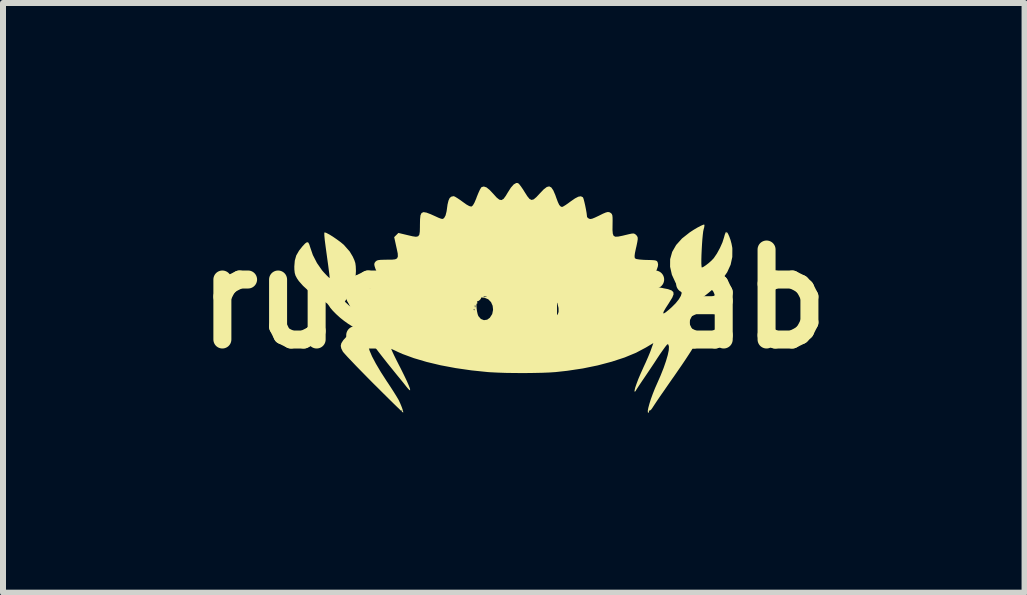
<source format=kicad_pcb>
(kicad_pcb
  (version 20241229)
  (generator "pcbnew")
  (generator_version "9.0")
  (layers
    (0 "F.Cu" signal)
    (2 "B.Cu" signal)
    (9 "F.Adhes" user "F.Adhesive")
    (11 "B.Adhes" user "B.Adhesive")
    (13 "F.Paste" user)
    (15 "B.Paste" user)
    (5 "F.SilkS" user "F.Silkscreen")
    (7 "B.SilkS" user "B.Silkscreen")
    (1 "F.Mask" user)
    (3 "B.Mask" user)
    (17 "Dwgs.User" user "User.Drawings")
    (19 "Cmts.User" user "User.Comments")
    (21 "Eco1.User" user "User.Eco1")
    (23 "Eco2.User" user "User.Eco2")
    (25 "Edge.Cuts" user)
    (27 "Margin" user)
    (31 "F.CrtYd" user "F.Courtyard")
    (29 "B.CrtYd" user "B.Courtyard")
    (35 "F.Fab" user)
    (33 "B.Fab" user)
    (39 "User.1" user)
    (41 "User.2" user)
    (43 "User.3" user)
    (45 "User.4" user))
  (footprint "rust_crab"
    (layer "F.Cu")
    (at 5.514 1.931)
    (property "Reference" "rust_crab" (at 0 0 0) (layer "F.SilkS") (effects (font (size 1.5 1.5) (thickness 0.3))))
    (attr board_only exclude_from_pos_files exclude_from_bom)
    (fp_poly (pts (xy 0.071 -1.929) (xy 0.09 -1.912) (xy 0.121 -1.872) (xy 0.158 -1.818) (xy 0.18 -1.782) (xy 0.226 -1.71) (xy 0.263 -1.665) (xy 0.297 -1.648) (xy 0.333 -1.658) (xy 0.377 -1.695) (xy 0.436 -1.758) (xy 0.438 -1.76) (xy 0.5 -1.825) (xy 0.551 -1.864) (xy 0.591 -1.874) (xy 0.626 -1.856) (xy 0.659 -1.808) (xy 0.693 -1.729) (xy 0.708 -1.686) (xy 0.735 -1.614) (xy 0.757 -1.567) (xy 0.778 -1.542) (xy 0.8 -1.532) (xy 0.808 -1.532) (xy 0.828 -1.541) (xy 0.867 -1.565) (xy 0.918 -1.601) (xy 0.945 -1.621) (xy 1.02 -1.673) (xy 1.076 -1.702) (xy 1.118 -1.709) (xy 1.149 -1.695) (xy 1.155 -1.688) (xy 1.164 -1.665) (xy 1.176 -1.619) (xy 1.19 -1.559) (xy 1.203 -1.494) (xy 1.214 -1.432) (xy 1.22 -1.382) (xy 1.222 -1.365) (xy 1.234 -1.349) (xy 1.254 -1.336) (xy 1.276 -1.33) (xy 1.306 -1.335) (xy 1.351 -1.353) (xy 1.417 -1.384) (xy 1.487 -1.419) (xy 1.535 -1.439) (xy 1.568 -1.447) (xy 1.593 -1.444) (xy 1.617 -1.431) (xy 1.621 -1.428) (xy 1.634 -1.414) (xy 1.643 -1.393) (xy 1.647 -1.358) (xy 1.648 -1.302) (xy 1.647 -1.235) (xy 1.646 -1.146) (xy 1.651 -1.086) (xy 1.665 -1.05) (xy 1.693 -1.035) (xy 1.74 -1.037) (xy 1.811 -1.051) (xy 1.848 -1.06) (xy 1.919 -1.077) (xy 1.966 -1.087) (xy 1.996 -1.089) (xy 2.015 -1.083) (xy 2.031 -1.072) (xy 2.036 -1.068) (xy 2.054 -1.048) (xy 2.065 -1.026) (xy 2.067 -0.995) (xy 2.06 -0.949) (xy 2.046 -0.88) (xy 2.036 -0.838) (xy 2.02 -0.762) (xy 2.014 -0.713) (xy 2.017 -0.684) (xy 2.021 -0.675) (xy 2.045 -0.663) (xy 2.095 -0.655) (xy 2.174 -0.649) (xy 2.213 -0.648) (xy 2.29 -0.646) (xy 2.34 -0.643) (xy 2.371 -0.637) (xy 2.388 -0.627) (xy 2.397 -0.612) (xy 2.401 -0.6) (xy 2.406 -0.573) (xy 2.402 -0.539) (xy 2.386 -0.492) (xy 2.357 -0.423) (xy 2.355 -0.419) (xy 2.321 -0.335) (xy 2.306 -0.274) (xy 2.309 -0.234) (xy 2.329 -0.211) (xy 2.343 -0.206) (xy 2.372 -0.199) (xy 2.423 -0.19) (xy 2.484 -0.179) (xy 2.485 -0.178) (xy 2.572 -0.161) (xy 2.63 -0.14) (xy 2.66 -0.113) (xy 2.664 -0.075) (xy 2.643 -0.021) (xy 2.598 0.052) (xy 2.584 0.075) (xy 2.532 0.155) (xy 2.501 0.209) (xy 2.491 0.239) (xy 2.502 0.244) (xy 2.533 0.225) (xy 2.586 0.182) (xy 2.633 0.14) (xy 2.7 0.073) (xy 2.752 0.008) (xy 2.786 -0.05) (xy 2.799 -0.095) (xy 2.793 -0.121) (xy 2.699 -0.264) (xy 2.636 -0.401) (xy 2.606 -0.534) (xy 2.607 -0.661) (xy 2.641 -0.782) (xy 2.707 -0.897) (xy 2.805 -1.006) (xy 2.933 -1.107) (xy 2.997 -1.149) (xy 3.061 -1.187) (xy 3.118 -1.217) (xy 3.159 -1.235) (xy 3.175 -1.238) (xy 3.179 -1.224) (xy 3.174 -1.189) (xy 3.166 -1.161) (xy 3.158 -1.124) (xy 3.151 -1.065) (xy 3.144 -0.991) (xy 3.138 -0.906) (xy 3.133 -0.818) (xy 3.129 -0.731) (xy 3.127 -0.652) (xy 3.127 -0.587) (xy 3.13 -0.542) (xy 3.134 -0.522) (xy 3.135 -0.521) (xy 3.161 -0.532) (xy 3.202 -0.559) (xy 3.25 -0.596) (xy 3.296 -0.637) (xy 3.332 -0.675) (xy 3.336 -0.68) (xy 3.387 -0.755) (xy 3.437 -0.847) (xy 3.479 -0.941) (xy 3.504 -1.02) (xy 3.518 -1.07) (xy 3.53 -1.1) (xy 3.535 -1.1) (xy 3.544 -1.092) (xy 3.552 -1.1) (xy 3.544 -1.108) (xy 3.535 -1.1) (xy 3.53 -1.1) (xy 3.532 -1.105) (xy 3.537 -1.115) (xy 3.552 -1.113) (xy 3.571 -1.086) (xy 3.592 -1.04) (xy 3.613 -0.982) (xy 3.63 -0.919) (xy 3.642 -0.857) (xy 3.644 -0.834) (xy 3.643 -0.697) (xy 3.615 -0.568) (xy 3.558 -0.443) (xy 3.472 -0.319) (xy 3.381 -0.22) (xy 3.315 -0.157) (xy 3.243 -0.096) (xy 3.176 -0.043) (xy 3.143 -0.02) (xy 3.076 0.03) (xy 3.015 0.085) (xy 2.981 0.126) (xy 2.943 0.174) (xy 2.892 0.234) (xy 2.838 0.296) (xy 2.823 0.311) (xy 2.721 0.42) (xy 2.876 0.536) (xy 2.948 0.592) (xy 2.997 0.636) (xy 3.023 0.674) (xy 3.029 0.711) (xy 3.017 0.755) (xy 2.99 0.812) (xy 2.981 0.829) (xy 2.959 0.865) (xy 2.921 0.924) (xy 2.87 1.002) (xy 2.809 1.093) (xy 2.74 1.193) (xy 2.667 1.299) (xy 2.646 1.328) (xy 2.573 1.433) (xy 2.504 1.533) (xy 2.441 1.623) (xy 2.389 1.7) (xy 2.349 1.76) (xy 2.324 1.798) (xy 2.32 1.805) (xy 2.292 1.845) (xy 2.269 1.864) (xy 2.261 1.863) (xy 2.251 1.862) (xy 2.254 1.87) (xy 2.254 1.893) (xy 2.249 1.898) (xy 2.236 1.895) (xy 2.234 1.867) (xy 2.243 1.818) (xy 2.261 1.751) (xy 2.286 1.671) (xy 2.318 1.583) (xy 2.355 1.49) (xy 2.386 1.42) (xy 2.447 1.281) (xy 2.498 1.153) (xy 2.538 1.037) (xy 2.567 0.938) (xy 2.584 0.857) (xy 2.587 0.798) (xy 2.577 0.763) (xy 2.566 0.756) (xy 2.552 0.767) (xy 2.524 0.802) (xy 2.485 0.856) (xy 2.438 0.923) (xy 2.398 0.983) (xy 2.338 1.075) (xy 2.274 1.171) (xy 2.212 1.263) (xy 2.16 1.34) (xy 2.142 1.366) (xy 2.1 1.429) (xy 2.065 1.482) (xy 2.04 1.521) (xy 2.032 1.537) (xy 2.019 1.549) (xy 2.014 1.546) (xy 2.014 1.526) (xy 2.025 1.48) (xy 2.047 1.416) (xy 2.077 1.336) (xy 2.115 1.247) (xy 2.157 1.154) (xy 2.163 1.14) (xy 2.201 1.058) (xy 2.239 0.971) (xy 2.271 0.894) (xy 2.286 0.854) (xy 2.327 0.738) (xy 2.201 0.813) (xy 2.039 0.899) (xy 1.848 0.978) (xy 1.634 1.048) (xy 1.4 1.11) (xy 1.151 1.161) (xy 0.891 1.2) (xy 0.701 1.221) (xy 0.599 1.228) (xy 0.473 1.233) (xy 0.329 1.236) (xy 0.174 1.238) (xy 0.018 1.237) (xy -0.134 1.235) (xy -0.273 1.23) (xy -0.393 1.224) (xy -0.435 1.221) (xy -0.705 1.193) (xy -0.968 1.155) (xy -1.219 1.108) (xy -1.453 1.052) (xy -1.666 0.989) (xy -1.854 0.92) (xy -1.931 0.886) (xy -1.983 0.861) (xy -2.023 0.843) (xy -2.042 0.834) (xy -2.039 0.845) (xy -2.023 0.882) (xy -1.996 0.94) (xy -1.959 1.015) (xy -1.915 1.102) (xy -1.891 1.148) (xy -1.83 1.271) (xy -1.782 1.371) (xy -1.749 1.447) (xy -1.73 1.498) (xy -1.727 1.523) (xy -1.739 1.522) (xy -1.766 1.493) (xy -1.773 1.485) (xy -1.798 1.454) (xy -1.838 1.403) (xy -1.891 1.338) (xy -1.951 1.265) (xy -1.997 1.208) (xy -2.099 1.082) (xy -2.185 0.973) (xy -2.255 0.883) (xy -2.307 0.814) (xy -2.339 0.767) (xy -2.351 0.747) (xy -2.364 0.738) (xy -2.386 0.754) (xy -2.393 0.762) (xy -2.413 0.789) (xy -2.417 0.814) (xy -2.407 0.852) (xy -2.403 0.865) (xy -2.362 0.961) (xy -2.299 1.08) (xy -2.215 1.222) (xy -2.11 1.385) (xy -2.104 1.393) (xy -2.05 1.475) (xy -2 1.553) (xy -1.957 1.622) (xy -1.926 1.674) (xy -1.915 1.694) (xy -1.89 1.749) (xy -1.867 1.805) (xy -1.85 1.854) (xy -1.842 1.888) (xy -1.844 1.897) (xy -1.856 1.887) (xy -1.879 1.865) (xy -1.874 1.865) (xy -1.865 1.874) (xy -1.857 1.865) (xy -1.865 1.857) (xy -1.874 1.865) (xy -1.879 1.865) (xy -1.889 1.856) (xy -1.94 1.807) (xy -2.007 1.742) (xy -2.087 1.663) (xy -2.178 1.573) (xy -2.277 1.474) (xy -2.332 1.42) (xy -2.437 1.314) (xy -2.535 1.214) (xy -2.625 1.122) (xy -2.703 1.04) (xy -2.768 0.972) (xy -2.815 0.92) (xy -2.843 0.888) (xy -2.849 0.88) (xy -2.875 0.828) (xy -2.884 0.784) (xy -2.874 0.74) (xy -2.842 0.69) (xy -2.786 0.628) (xy -2.767 0.608) (xy -2.718 0.558) (xy -2.681 0.518) (xy -2.66 0.491) (xy -2.657 0.483) (xy -2.673 0.472) (xy -2.709 0.449) (xy -2.758 0.418) (xy -2.761 0.416) (xy -2.826 0.37) (xy -2.895 0.315) (xy -2.961 0.255) (xy -3.018 0.197) (xy -3.06 0.147) (xy -3.079 0.117) (xy -3.107 0.081) (xy -3.165 0.038) (xy -3.227 0.001) (xy -3.328 -0.062) (xy -3.426 -0.137) (xy -3.513 -0.217) (xy -3.582 -0.295) (xy -3.613 -0.34) (xy -3.638 -0.387) (xy -3.651 -0.431) (xy -3.657 -0.486) (xy -3.658 -0.538) (xy -3.65 -0.636) (xy -3.626 -0.722) (xy -3.579 -0.803) (xy -3.522 -0.875) (xy -3.477 -0.923) (xy -3.446 -0.944) (xy -3.424 -0.937) (xy -3.407 -0.903) (xy -3.395 -0.864) (xy -3.349 -0.73) (xy -3.28 -0.596) (xy -3.196 -0.475) (xy -3.168 -0.443) (xy -3.125 -0.397) (xy -3.092 -0.364) (xy -3.072 -0.347) (xy -3.069 -0.347) (xy -3.07 -0.364) (xy -3.074 -0.409) (xy -3.083 -0.477) (xy -3.094 -0.563) (xy -3.108 -0.664) (xy -3.117 -0.73) (xy -3.136 -0.869) (xy -3.15 -0.976) (xy -3.157 -1.052) (xy -3.158 -1.095) (xy -3.153 -1.108) (xy -3.123 -1.098) (xy -3.075 -1.073) (xy -3.015 -1.036) (xy -2.951 -0.992) (xy -2.888 -0.946) (xy -2.835 -0.902) (xy -2.832 -0.899) (xy -2.735 -0.789) (xy -2.684 -0.704) (xy -2.657 -0.645) (xy -2.641 -0.596) (xy -2.634 -0.545) (xy -2.631 -0.477) (xy -2.631 -0.457) (xy -2.639 -0.336) (xy -2.663 -0.23) (xy -2.708 -0.128) (xy -2.753 -0.051) (xy -2.816 0.047) (xy -2.748 0.11) (xy -2.695 0.153) (xy -2.633 0.192) (xy -2.568 0.226) (xy -2.509 0.251) (xy -2.462 0.263) (xy -2.434 0.26) (xy -2.434 0.259) (xy -2.418 0.241) (xy -2.414 0.22) (xy -2.425 0.189) (xy -2.431 0.179) (xy -0.668 0.179) (xy -0.662 0.193) (xy -0.657 0.19) (xy -0.655 0.171) (xy -0.657 0.168) (xy -0.667 0.171) (xy -0.668 0.179) (xy -2.431 0.179) (xy -2.452 0.144) (xy -2.468 0.121) (xy -0.65 0.121) (xy -0.647 0.142) (xy -0.642 0.142) (xy -0.638 0.12) (xy -0.639 0.116) (xy -0.622 0.116) (xy -0.619 0.16) (xy -0.612 0.21) (xy -0.602 0.255) (xy -0.59 0.288) (xy -0.59 0.288) (xy -0.548 0.336) (xy -0.497 0.356) (xy -0.443 0.348) (xy -0.399 0.316) (xy -0.359 0.254) (xy -0.345 0.185) (xy -0.347 0.159) (xy 0.489 0.159) (xy 0.496 0.222) (xy 0.515 0.278) (xy 0.541 0.319) (xy 0.558 0.331) (xy 0.62 0.341) (xy 0.677 0.32) (xy 0.709 0.29) (xy 0.735 0.254) (xy 0.747 0.219) (xy 0.747 0.171) (xy 0.746 0.151) (xy 0.728 0.075) (xy 0.695 0.021) (xy 0.652 -0.009) (xy 0.604 -0.016) (xy 0.558 -0.000133) (xy 0.52 0.038) (xy 0.495 0.1) (xy 0.489 0.159) (xy -0.347 0.159) (xy -0.352 0.116) (xy -0.378 0.057) (xy 0.472 0.057) (xy 0.481 0.065) (xy 0.489 0.057) (xy 0.481 0.049) (xy 0.472 0.057) (xy -0.378 0.057) (xy -0.379 0.055) (xy -0.425 0.008) (xy -0.487 -0.018) (xy -0.497 -0.019) (xy -0.532 -0.022) (xy -0.546 -0.019) (xy -0.545 -0.018) (xy -0.548 -0.002) (xy -0.566 0.02) (xy -0.59 0.037) (xy -0.605 0.04) (xy -0.612 0.044) (xy -0.608 0.059) (xy -0.606 0.078) (xy -0.613 0.077) (xy -0.62 0.085) (xy -0.622 0.116) (xy -0.639 0.116) (xy -0.641 0.111) (xy -0.648 0.105) (xy -0.65 0.121) (xy -2.468 0.121) (xy -2.493 0.085) (xy -2.546 -0.00037) (xy -2.561 -0.039) (xy -0.507 -0.039) (xy -0.486 -0.036) (xy -0.481 -0.036) (xy -0.453 -0.038) (xy -0.451 -0.041) (xy 0.587 -0.041) (xy 0.595 -0.033) (xy 0.603 -0.041) (xy 0.619 -0.041) (xy 0.627 -0.033) (xy 0.635 -0.041) (xy 0.627 -0.049) (xy 0.619 -0.041) (xy 0.603 -0.041) (xy 0.595 -0.049) (xy 0.587 -0.041) (xy -0.451 -0.041) (xy -0.45 -0.043) (xy -0.452 -0.043) (xy -0.484 -0.046) (xy -0.501 -0.044) (xy -0.507 -0.039) (xy -2.561 -0.039) (xy -2.572 -0.067) (xy -2.571 -0.115) (xy -2.546 -0.144) (xy -2.517 -0.154) (xy -2.465 -0.165) (xy -2.401 -0.177) (xy -2.387 -0.179) (xy -2.306 -0.195) (xy -2.253 -0.213) (xy -2.229 -0.231) (xy -2.214 -0.25) (xy -2.211 -0.271) (xy -2.219 -0.301) (xy -2.24 -0.35) (xy -2.242 -0.355) (xy -2.281 -0.442) (xy -2.307 -0.504) (xy -2.321 -0.548) (xy -2.325 -0.577) (xy -2.32 -0.598) (xy -2.308 -0.616) (xy -2.306 -0.618) (xy -2.288 -0.634) (xy -2.264 -0.644) (xy -2.226 -0.649) (xy -2.167 -0.651) (xy -2.117 -0.652) (xy -2.034 -0.652) (xy -1.977 -0.658) (xy -1.945 -0.674) (xy -1.932 -0.705) (xy -1.934 -0.756) (xy -1.95 -0.832) (xy -1.957 -0.863) (xy -1.993 -1.028) (xy -1.958 -1.063) (xy -1.923 -1.098) (xy -1.768 -1.061) (xy -1.686 -1.042) (xy -1.63 -1.034) (xy -1.594 -1.042) (xy -1.574 -1.069) (xy -1.566 -1.119) (xy -1.564 -1.196) (xy -1.564 -1.231) (xy -1.562 -1.325) (xy -1.555 -1.391) (xy -1.537 -1.43) (xy -1.505 -1.445) (xy -1.455 -1.437) (xy -1.384 -1.41) (xy -1.315 -1.379) (xy -1.254 -1.351) (xy -1.214 -1.336) (xy -1.19 -1.331) (xy -1.173 -1.337) (xy -1.159 -1.35) (xy -1.137 -1.389) (xy -1.121 -1.452) (xy -1.117 -1.476) (xy -1.104 -1.571) (xy -1.088 -1.637) (xy -1.069 -1.679) (xy -1.043 -1.702) (xy -1.009 -1.71) (xy -1 -1.711) (xy -0.977 -1.701) (xy -0.936 -1.676) (xy -0.883 -1.64) (xy -0.856 -1.62) (xy -0.789 -1.572) (xy -0.742 -1.546) (xy -0.711 -1.538) (xy -0.703 -1.539) (xy -0.681 -1.558) (xy -0.655 -1.603) (xy -0.624 -1.676) (xy -0.617 -1.697) (xy -0.59 -1.763) (xy -0.565 -1.818) (xy -0.544 -1.853) (xy -0.536 -1.862) (xy -0.499 -1.872) (xy -0.454 -1.857) (xy -0.401 -1.814) (xy -0.342 -1.751) (xy -0.285 -1.688) (xy -0.241 -1.653) (xy -0.205 -1.646) (xy -0.17 -1.666) (xy -0.133 -1.716) (xy -0.102 -1.768) (xy -0.048 -1.853) (xy -0.00015 -1.907) (xy 0.042 -1.931)) (stroke (width 0) (type solid)) (fill yes) (layer "F.SilkS")))
  (gr_rect
    (start -3 -3)
    (end 14.029 6.829)
    (stroke (width 0.1) (type default))
    (fill no)
    (layer "Edge.Cuts")))
</source>
